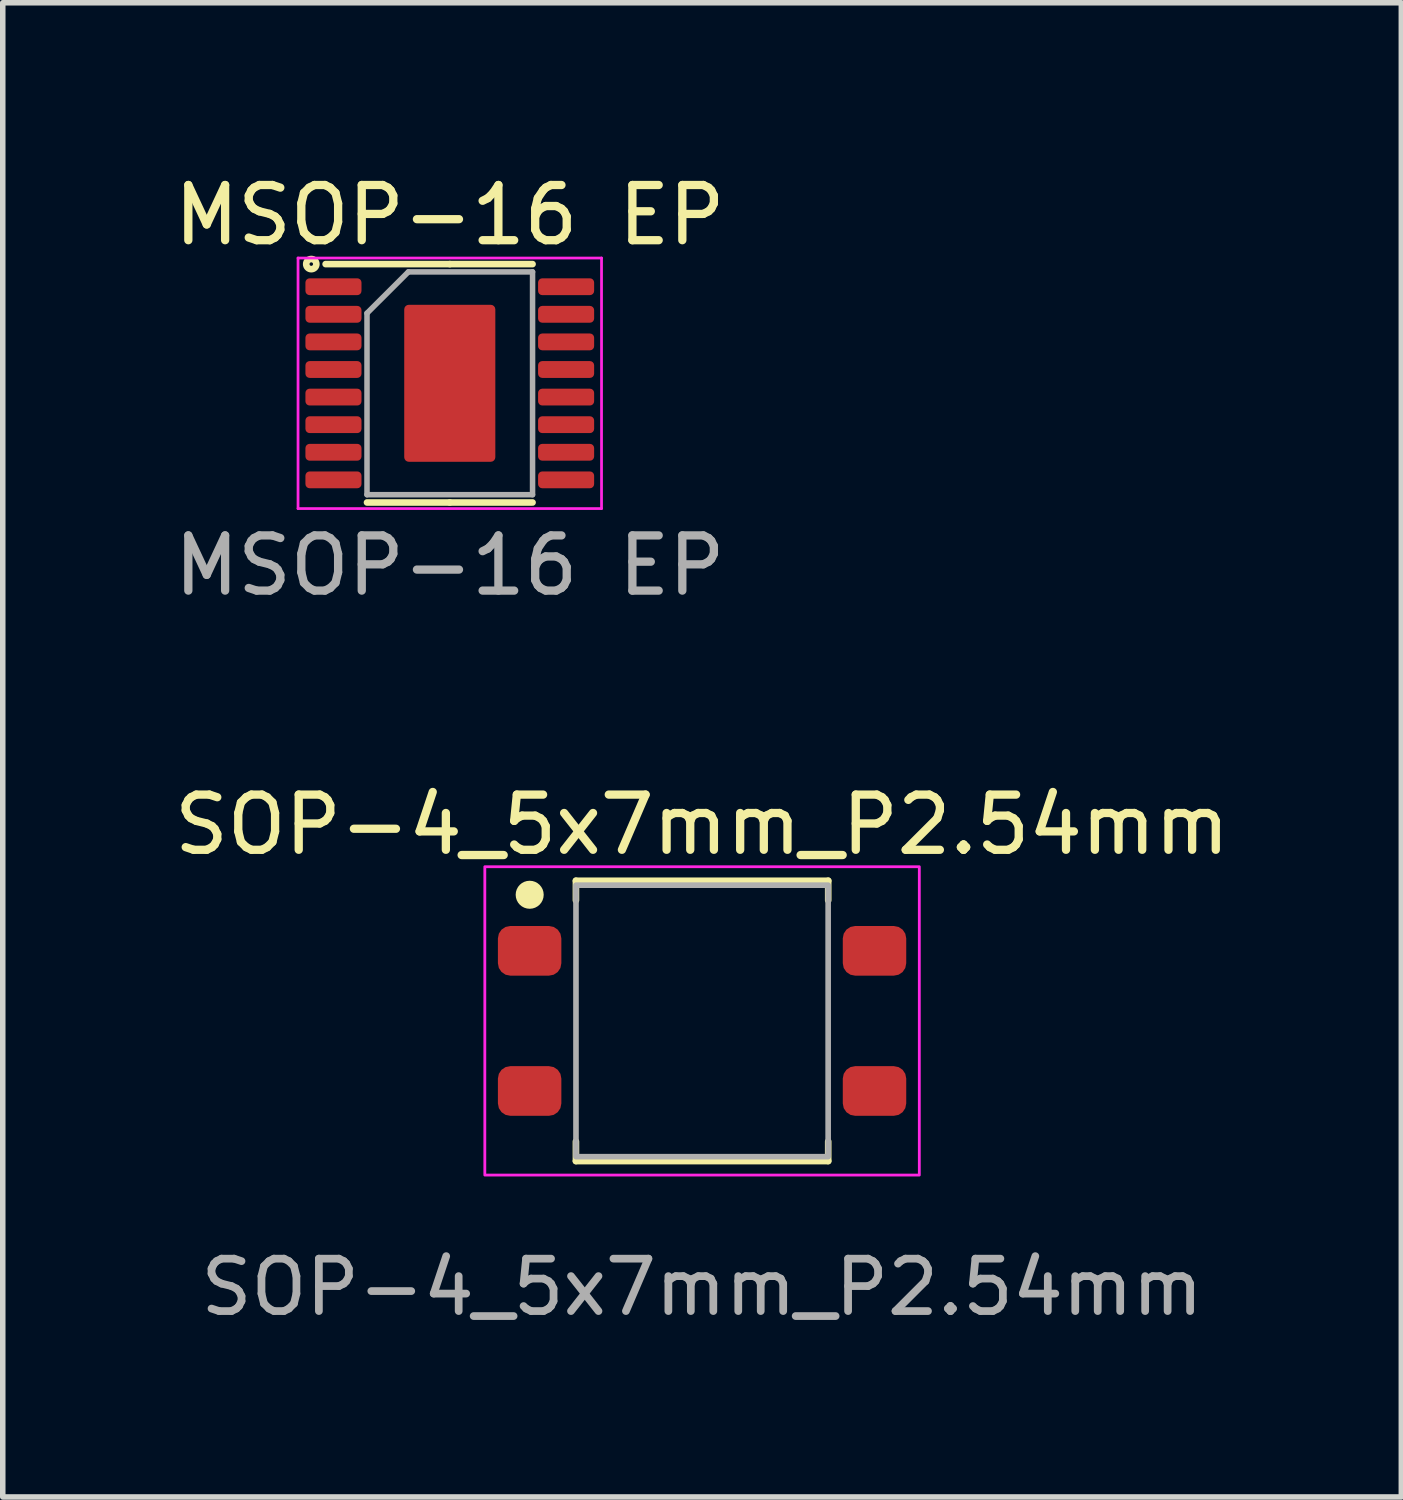
<source format=kicad_pcb>
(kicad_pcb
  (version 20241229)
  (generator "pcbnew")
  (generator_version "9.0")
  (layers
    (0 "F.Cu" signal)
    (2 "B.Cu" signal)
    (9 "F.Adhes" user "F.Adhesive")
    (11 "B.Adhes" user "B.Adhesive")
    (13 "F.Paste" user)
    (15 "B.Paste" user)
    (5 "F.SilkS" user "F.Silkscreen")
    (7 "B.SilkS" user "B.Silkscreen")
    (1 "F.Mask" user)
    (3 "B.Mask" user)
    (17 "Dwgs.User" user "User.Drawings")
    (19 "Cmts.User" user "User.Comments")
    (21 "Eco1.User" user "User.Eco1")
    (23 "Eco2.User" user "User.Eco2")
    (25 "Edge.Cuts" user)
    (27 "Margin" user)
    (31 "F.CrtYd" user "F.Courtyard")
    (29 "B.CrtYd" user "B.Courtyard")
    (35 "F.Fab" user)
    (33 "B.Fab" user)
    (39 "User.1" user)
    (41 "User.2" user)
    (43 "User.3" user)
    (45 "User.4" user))
  (footprint "SOP-4_5x7mm_P2.54mm"
    (layer "F.Cu")
    (at 9.673 15.451)
    (property "Reference" "SOP-4_5x7mm_P2.54mm" (at 0 -3.556 0) (layer "F.SilkS") (effects (font (size 1 1) (thickness 0.15))))
    (attr smd)
    (fp_line (start -2.286 -2.54) (end -2.286 -2.185) (stroke (width 0.12) (type solid)) (layer "F.SilkS"))
    (fp_line (start -2.286 2.54) (end -2.286 2.185) (stroke (width 0.12) (type solid)) (layer "F.SilkS"))
    (fp_line (start 2.286 -2.54) (end -2.286 -2.54) (stroke (width 0.12) (type solid)) (layer "F.SilkS"))
    (fp_line (start 2.286 -2.54) (end 2.286 -2.185) (stroke (width 0.12) (type solid)) (layer "F.SilkS"))
    (fp_line (start 2.286 2.54) (end -2.286 2.54) (stroke (width 0.12) (type solid)) (layer "F.SilkS"))
    (fp_line (start 2.286 2.54) (end 2.286 2.185) (stroke (width 0.12) (type solid)) (layer "F.SilkS"))
    (fp_circle (center -3.124 -2.286) (end -2.997 -2.286) (stroke (width 0.254) (type default)) (fill no) (layer "F.SilkS"))
    (fp_rect (start -3.937 -2.794) (end 3.937 2.794) (stroke (width 0.051) (type default)) (fill no) (layer "F.CrtYd"))
    (fp_rect (start -2.285 -2.46) (end 2.285 2.46) (stroke (width 0.102) (type default)) (fill no) (layer "F.Fab"))
    (fp_text user "${REFERENCE}" (at 0 4.826 0) (layer "F.Fab") (effects (font (size 0.95 0.95) (thickness 0.14))))
    (pad "1" smd roundrect (at -3.125 -1.27) (size 1.15 0.9) (layers "F.Cu" "F.Mask" "F.Paste") (roundrect_rratio 0.25))
    (pad "2" smd roundrect (at -3.125 1.27) (size 1.15 0.9) (layers "F.Cu" "F.Mask" "F.Paste") (roundrect_rratio 0.25))
    (pad "3" smd roundrect (at 3.125 1.27) (size 1.15 0.9) (layers "F.Cu" "F.Mask" "F.Paste") (roundrect_rratio 0.25))
    (pad "4" smd roundrect (at 3.125 -1.27) (size 1.15 0.9) (layers "F.Cu" "F.Mask" "F.Paste") (roundrect_rratio 0.25)))
  (footprint "MSOP-16 EP"
    (layer "F.Cu")
    (at 5.101 3.896)
    (property "Reference" "MSOP-16 EP" (at 0 -3.048 0) (unlocked yes) (layer "F.SilkS") (effects (font (size 1 1) (thickness 0.15))))
    (fp_line (start 0 -2.16) (end -2.25 -2.16) (stroke (width 0.12) (type solid)) (layer "F.SilkS"))
    (fp_line (start 0 -2.16) (end 1.5 -2.16) (stroke (width 0.12) (type solid)) (layer "F.SilkS"))
    (fp_line (start 0 2.16) (end -1.5 2.16) (stroke (width 0.12) (type solid)) (layer "F.SilkS"))
    (fp_line (start 0 2.16) (end 1.5 2.16) (stroke (width 0.12) (type solid)) (layer "F.SilkS"))
    (fp_circle (center -2.51 -2.16) (end -2.478 -2.16) (stroke (width 0.12) (type solid)) (fill no) (layer "F.SilkS"))
    (fp_line (start -2.75 -2.27) (end -2.75 2.27) (stroke (width 0.05) (type solid)) (layer "F.CrtYd"))
    (fp_line (start -2.75 2.27) (end 2.75 2.27) (stroke (width 0.05) (type solid)) (layer "F.CrtYd"))
    (fp_line (start 2.75 -2.27) (end -2.75 -2.27) (stroke (width 0.05) (type solid)) (layer "F.CrtYd"))
    (fp_line (start 2.75 2.27) (end 2.75 -2.27) (stroke (width 0.05) (type solid)) (layer "F.CrtYd"))
    (fp_line (start -1.5 -1.27) (end -0.75 -2.019) (stroke (width 0.1) (type solid)) (layer "F.Fab"))
    (fp_line (start -1.5 2.019) (end -1.5 -1.27) (stroke (width 0.1) (type solid)) (layer "F.Fab"))
    (fp_line (start -0.75 -2.019) (end 1.5 -2.019) (stroke (width 0.1) (type solid)) (layer "F.Fab"))
    (fp_line (start 1.5 -2.019) (end 1.5 2.019) (stroke (width 0.1) (type solid)) (layer "F.Fab"))
    (fp_line (start 1.5 2.019) (end -1.5 2.019) (stroke (width 0.1) (type solid)) (layer "F.Fab"))
    (fp_text user "${REFERENCE}" (at 0 3.302 0) (unlocked yes) (layer "F.Fab") (effects (font (size 1 1) (thickness 0.15))))
    (pad "" smd roundrect (at -0.415 -0.71) (size 0.69 1.19) (layers "F.Paste") (roundrect_rratio 0.25))
    (pad "" smd roundrect (at -0.415 0.71) (size 0.69 1.19) (layers "F.Paste") (roundrect_rratio 0.25))
    (pad "" smd roundrect (at 0.415 -0.71) (size 0.69 1.19) (layers "F.Paste") (roundrect_rratio 0.25))
    (pad "" smd roundrect (at 0.415 0.71) (size 0.69 1.19) (layers "F.Paste") (roundrect_rratio 0.25))
    (pad "1" smd roundrect (at -2.108 -1.75) (size 1.016 0.305) (layers "F.Cu" "F.Mask" "F.Paste") (roundrect_rratio 0.25))
    (pad "2" smd roundrect (at -2.108 -1.25) (size 1.016 0.305) (layers "F.Cu" "F.Mask" "F.Paste") (roundrect_rratio 0.25))
    (pad "3" smd roundrect (at -2.108 -0.75) (size 1.016 0.305) (layers "F.Cu" "F.Mask" "F.Paste") (roundrect_rratio 0.25))
    (pad "4" smd roundrect (at -2.108 -0.25) (size 1.016 0.305) (layers "F.Cu" "F.Mask" "F.Paste") (roundrect_rratio 0.25))
    (pad "5" smd roundrect (at -2.108 0.25) (size 1.016 0.305) (layers "F.Cu" "F.Mask" "F.Paste") (roundrect_rratio 0.25))
    (pad "6" smd roundrect (at -2.108 0.75) (size 1.016 0.305) (layers "F.Cu" "F.Mask" "F.Paste") (roundrect_rratio 0.25))
    (pad "7" smd roundrect (at -2.108 1.25) (size 1.016 0.305) (layers "F.Cu" "F.Mask" "F.Paste") (roundrect_rratio 0.25))
    (pad "8" smd roundrect (at -2.108 1.75) (size 1.016 0.305) (layers "F.Cu" "F.Mask" "F.Paste") (roundrect_rratio 0.25))
    (pad "9" smd roundrect (at 2.108 1.75 180) (size 1.016 0.305) (layers "F.Cu" "F.Mask" "F.Paste") (roundrect_rratio 0.25))
    (pad "10" smd roundrect (at 2.108 1.25 180) (size 1.016 0.305) (layers "F.Cu" "F.Mask" "F.Paste") (roundrect_rratio 0.25))
    (pad "11" smd roundrect (at 2.108 0.75 180) (size 1.016 0.305) (layers "F.Cu" "F.Mask" "F.Paste") (roundrect_rratio 0.25))
    (pad "12" smd roundrect (at 2.108 0.25 180) (size 1.016 0.305) (layers "F.Cu" "F.Mask" "F.Paste") (roundrect_rratio 0.25))
    (pad "13" smd roundrect (at 2.108 -0.25 180) (size 1.016 0.305) (layers "F.Cu" "F.Mask" "F.Paste") (roundrect_rratio 0.25))
    (pad "14" smd roundrect (at 2.108 -0.75 180) (size 1.016 0.305) (layers "F.Cu" "F.Mask" "F.Paste") (roundrect_rratio 0.25))
    (pad "15" smd roundrect (at 2.108 -1.25 180) (size 1.016 0.305) (layers "F.Cu" "F.Mask" "F.Paste") (roundrect_rratio 0.25))
    (pad "16" smd roundrect (at 2.108 -1.75) (size 1.016 0.305) (layers "F.Cu" "F.Mask" "F.Paste") (roundrect_rratio 0.25))
    (pad "17" smd roundrect (at 0 0) (size 1.651 2.845) (layers "F.Cu" "F.Mask") (roundrect_rratio 0.05)))
  (gr_rect
    (start -3 -3)
    (end 22.345 24.078)
    (stroke (width 0.1) (type default))
    (fill no)
    (layer "Edge.Cuts")))
</source>
